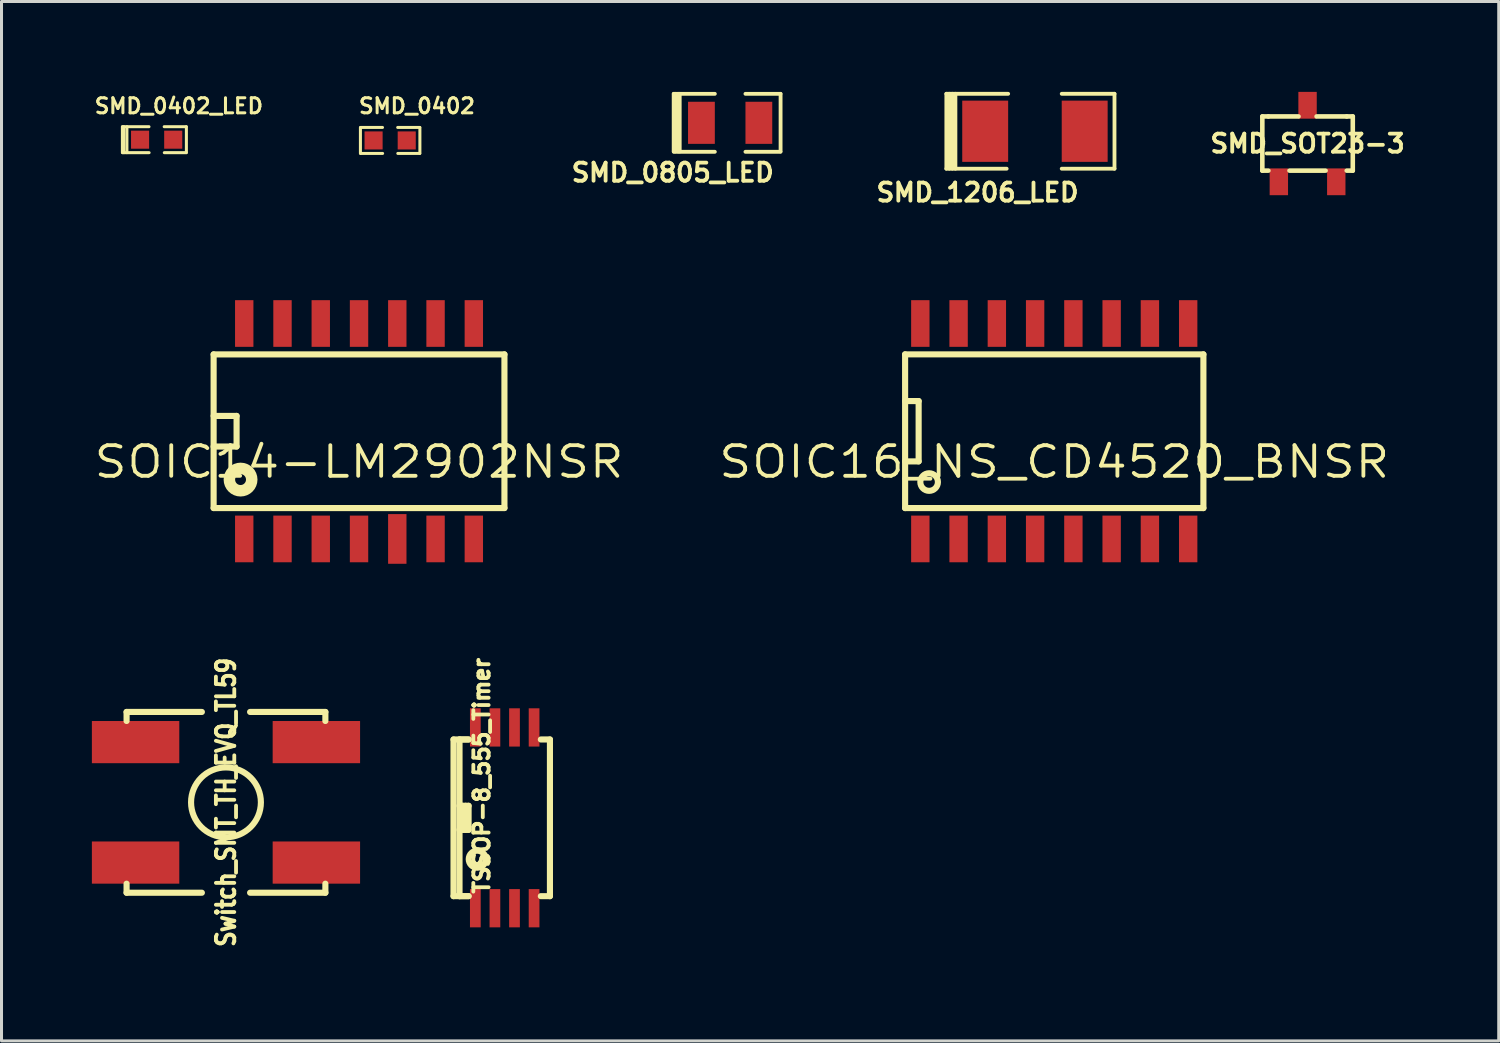
<source format=kicad_pcb>
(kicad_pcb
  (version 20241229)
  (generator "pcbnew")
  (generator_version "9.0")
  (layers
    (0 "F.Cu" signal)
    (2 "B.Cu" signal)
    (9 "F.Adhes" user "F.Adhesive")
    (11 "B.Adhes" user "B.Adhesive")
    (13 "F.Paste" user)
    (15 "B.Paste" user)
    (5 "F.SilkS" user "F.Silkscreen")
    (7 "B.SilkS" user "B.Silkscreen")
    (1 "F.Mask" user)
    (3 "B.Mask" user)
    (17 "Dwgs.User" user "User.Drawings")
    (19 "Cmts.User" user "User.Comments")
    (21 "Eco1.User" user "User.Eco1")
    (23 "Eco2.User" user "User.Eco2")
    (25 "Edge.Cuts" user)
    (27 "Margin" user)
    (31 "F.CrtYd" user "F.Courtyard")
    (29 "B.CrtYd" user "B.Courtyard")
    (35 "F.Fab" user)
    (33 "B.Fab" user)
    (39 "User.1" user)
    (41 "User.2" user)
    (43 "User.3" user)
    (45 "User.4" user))
  (footprint "TSSOP-8_555_Timer"
    (layer "F.Cu")
    (at 13.701 24.093)
    (property "Reference" "TSSOP-8_555_Timer" (at -0.762 -1.397 90) (layer "F.SilkS") (effects (font (size 0.508 0.508) (thickness 0.127))))
    (attr through_hole)
    (fp_line (start -1.699 -2.6) (end -1.699 2.6) (stroke (width 0.203) (type solid)) (layer "F.SilkS"))
    (fp_line (start -1.699 2.6) (end -1.199 2.6) (stroke (width 0.203) (type solid)) (layer "F.SilkS"))
    (fp_line (start -1.501 -2.6) (end -1.199 -2.6) (stroke (width 0.203) (type solid)) (layer "F.SilkS"))
    (fp_line (start -1.501 0.399) (end -1.199 0.399) (stroke (width 0.203) (type solid)) (layer "F.SilkS"))
    (fp_line (start -1.501 2.6) (end -1.199 2.6) (stroke (width 0.203) (type solid)) (layer "F.SilkS"))
    (fp_line (start -1.5 -2.6) (end -1.5 2.6) (stroke (width 0.203) (type solid)) (layer "F.SilkS"))
    (fp_line (start -1.4 -0.399) (end -1.4 0.399) (stroke (width 0.203) (type solid)) (layer "F.SilkS"))
    (fp_line (start -1.3 0.399) (end -1.3 -0.399) (stroke (width 0.203) (type solid)) (layer "F.SilkS"))
    (fp_line (start -1.199 -2.6) (end -1.699 -2.6) (stroke (width 0.203) (type solid)) (layer "F.SilkS"))
    (fp_line (start -1.199 -0.399) (end -1.501 -0.399) (stroke (width 0.203) (type solid)) (layer "F.SilkS"))
    (fp_line (start -1.199 0.399) (end -1.199 -0.399) (stroke (width 0.203) (type solid)) (layer "F.SilkS"))
    (fp_line (start 1.501 -2.6) (end 1.199 -2.6) (stroke (width 0.203) (type solid)) (layer "F.SilkS"))
    (fp_line (start 1.501 -2.6) (end 1.501 2.6) (stroke (width 0.203) (type solid)) (layer "F.SilkS"))
    (fp_line (start 1.501 2.6) (end 1.199 2.6) (stroke (width 0.203) (type solid)) (layer "F.SilkS"))
    (fp_circle (center -0.911 1.373) (end -0.711 1.573) (stroke (width 0.203) (type solid)) (fill no) (layer "F.SilkS"))
    (pad "1" smd rect (at -0.975 3) (size 0.356 1.27) (layers "F.Cu" "F.Mask" "F.Paste"))
    (pad "2" smd rect (at -0.325 3) (size 0.356 1.27) (layers "F.Cu" "F.Mask" "F.Paste"))
    (pad "3" smd rect (at 0.325 3) (size 0.356 1.27) (layers "F.Cu" "F.Mask" "F.Paste"))
    (pad "4" smd rect (at 0.975 3) (size 0.356 1.27) (layers "F.Cu" "F.Mask" "F.Paste"))
    (pad "5" smd rect (at 0.975 -3) (size 0.356 1.27) (layers "F.Cu" "F.Mask" "F.Paste"))
    (pad "6" smd rect (at 0.325 -3) (size 0.356 1.27) (layers "F.Cu" "F.Mask" "F.Paste"))
    (pad "7" smd rect (at -0.325 -3) (size 0.356 1.27) (layers "F.Cu" "F.Mask" "F.Paste"))
    (pad "8" smd rect (at -0.975 -3) (size 0.356 1.27) (layers "F.Cu" "F.Mask" "F.Paste")))
  (footprint "SMD_0402"
    (layer "F.Cu")
    (at 9.899 1.611)
    (property "Reference" "SMD_0402" (at 0.889 -1.143 0) (layer "F.SilkS") (effects (font (size 0.5 0.5) (thickness 0.1))))
    (attr smd)
    (fp_line (start -0.987 -0.43) (end -0.987 0.43) (stroke (width 0.1) (type solid)) (layer "F.SilkS"))
    (fp_line (start -0.98 0.431) (end -0.25 0.431) (stroke (width 0.1) (type solid)) (layer "F.SilkS"))
    (fp_line (start -0.254 -0.431) (end -0.98 -0.431) (stroke (width 0.1) (type solid)) (layer "F.SilkS"))
    (fp_line (start 0.25 -0.431) (end 0.98 -0.431) (stroke (width 0.1) (type solid)) (layer "F.SilkS"))
    (fp_line (start 0.98 0.431) (end 0.254 0.431) (stroke (width 0.1) (type solid)) (layer "F.SilkS"))
    (fp_line (start 0.987 -0.43) (end 0.987 0.43) (stroke (width 0.1) (type solid)) (layer "F.SilkS"))
    (pad "1" smd rect (at -0.55 0) (size 0.6 0.599) (layers "F.Cu" "F.Mask" "F.Paste"))
    (pad "2" smd rect (at 0.55 0) (size 0.6 0.599) (layers "F.Cu" "F.Mask" "F.Paste")))
  (footprint "SOIC16_NS_CD4520_BNSR"
    (layer "F.Cu")
    (at 31.94 11.262)
    (property "Reference" "SOIC16_NS_CD4520_BNSR" (at 0 1.016 0) (layer "F.SilkS") (effects (font (size 1.016 1.143) (thickness 0.127))))
    (attr smd)
    (fp_line (start -4.95 -2.551) (end -4.95 2.551) (stroke (width 0.203) (type solid)) (layer "F.SilkS"))
    (fp_line (start -4.95 -2.551) (end 4.95 -2.551) (stroke (width 0.203) (type solid)) (layer "F.SilkS"))
    (fp_line (start -4.95 -1.001) (end -4.501 -1.001) (stroke (width 0.203) (type solid)) (layer "F.SilkS"))
    (fp_line (start -4.501 -1.001) (end -4.501 1.001) (stroke (width 0.203) (type solid)) (layer "F.SilkS"))
    (fp_line (start -4.501 1.001) (end -4.95 1.001) (stroke (width 0.203) (type solid)) (layer "F.SilkS"))
    (fp_line (start 4.95 -2.551) (end 4.95 2.551) (stroke (width 0.203) (type solid)) (layer "F.SilkS"))
    (fp_line (start 4.95 2.551) (end -4.95 2.551) (stroke (width 0.203) (type solid)) (layer "F.SilkS"))
    (fp_circle (center -4.153 1.687) (end -4.404 1.836) (stroke (width 0.203) (type solid)) (fill no) (layer "F.SilkS"))
    (pad "1" smd rect (at -4.445 3.575) (size 0.61 1.549) (layers "F.Cu" "F.Mask" "F.Paste"))
    (pad "2" smd rect (at -3.175 3.575) (size 0.61 1.549) (layers "F.Cu" "F.Mask" "F.Paste"))
    (pad "3" smd rect (at -1.905 3.575) (size 0.61 1.549) (layers "F.Cu" "F.Mask" "F.Paste"))
    (pad "4" smd rect (at -0.635 3.575) (size 0.61 1.549) (layers "F.Cu" "F.Mask" "F.Paste"))
    (pad "5" smd rect (at 0.635 3.575) (size 0.61 1.549) (layers "F.Cu" "F.Mask" "F.Paste"))
    (pad "6" smd rect (at 1.905 3.575) (size 0.61 1.549) (layers "F.Cu" "F.Mask" "F.Paste"))
    (pad "7" smd rect (at 3.175 3.575) (size 0.61 1.549) (layers "F.Cu" "F.Mask" "F.Paste"))
    (pad "8" smd rect (at 4.445 3.575) (size 0.61 1.549) (layers "F.Cu" "F.Mask" "F.Paste"))
    (pad "9" smd rect (at 4.445 -3.575) (size 0.61 1.549) (layers "F.Cu" "F.Mask" "F.Paste"))
    (pad "10" smd rect (at 3.175 -3.575) (size 0.61 1.549) (layers "F.Cu" "F.Mask" "F.Paste"))
    (pad "11" smd rect (at 1.905 -3.575) (size 0.61 1.549) (layers "F.Cu" "F.Mask" "F.Paste"))
    (pad "12" smd rect (at 0.635 -3.575) (size 0.61 1.549) (layers "F.Cu" "F.Mask" "F.Paste"))
    (pad "13" smd rect (at -0.635 -3.575) (size 0.61 1.549) (layers "F.Cu" "F.Mask" "F.Paste"))
    (pad "14" smd rect (at -1.905 -3.575) (size 0.61 1.549) (layers "F.Cu" "F.Mask" "F.Paste"))
    (pad "15" smd rect (at -3.175 -3.575) (size 0.61 1.549) (layers "F.Cu" "F.Mask" "F.Paste"))
    (pad "16" smd rect (at -4.445 -3.575) (size 0.61 1.549) (layers "F.Cu" "F.Mask" "F.Paste")))
  (footprint "SOIC14-LM2902NSR"
    (layer "F.Cu")
    (at 8.866 11.262)
    (property "Reference" "SOIC14-LM2902NSR" (at 0 1.016 0) (layer "F.SilkS") (effects (font (size 1.016 1.143) (thickness 0.127))))
    (attr smd)
    (fp_line (start -4.826 -2.55) (end 4.826 -2.55) (stroke (width 0.203) (type solid)) (layer "F.SilkS"))
    (fp_line (start -4.826 -0.508) (end -4.064 -0.508) (stroke (width 0.203) (type solid)) (layer "F.SilkS"))
    (fp_line (start -4.826 2.55) (end -4.826 -2.55) (stroke (width 0.203) (type solid)) (layer "F.SilkS"))
    (fp_line (start -4.064 -0.508) (end -4.064 0.508) (stroke (width 0.203) (type solid)) (layer "F.SilkS"))
    (fp_line (start -4.064 0.508) (end -4.826 0.508) (stroke (width 0.203) (type solid)) (layer "F.SilkS"))
    (fp_line (start 4.826 -2.55) (end 4.826 2.55) (stroke (width 0.203) (type solid)) (layer "F.SilkS"))
    (fp_line (start 4.826 2.55) (end -4.826 2.55) (stroke (width 0.203) (type solid)) (layer "F.SilkS"))
    (fp_circle (center -3.932 1.605) (end -3.576 1.499) (stroke (width 0.381) (type solid)) (fill no) (layer "F.SilkS"))
    (pad "1" smd rect (at -3.81 3.575) (size 0.61 1.549) (layers "F.Cu" "F.Mask" "F.Paste"))
    (pad "2" smd rect (at -2.54 3.575) (size 0.61 1.549) (layers "F.Cu" "F.Mask" "F.Paste"))
    (pad "3" smd rect (at -1.27 3.575) (size 0.61 1.549) (layers "F.Cu" "F.Mask" "F.Paste"))
    (pad "4" smd rect (at 0 3.575) (size 0.61 1.549) (layers "F.Cu" "F.Mask" "F.Paste"))
    (pad "5" smd rect (at 1.27 3.575) (size 0.61 1.649) (layers "F.Cu" "F.Mask" "F.Paste"))
    (pad "6" smd rect (at 2.54 3.575) (size 0.61 1.549) (layers "F.Cu" "F.Mask" "F.Paste"))
    (pad "7" smd rect (at 3.81 3.575) (size 0.61 1.549) (layers "F.Cu" "F.Mask" "F.Paste"))
    (pad "8" smd rect (at 3.81 -3.575) (size 0.61 1.549) (layers "F.Cu" "F.Mask" "F.Paste"))
    (pad "9" smd rect (at 2.54 -3.575) (size 0.61 1.549) (layers "F.Cu" "F.Mask" "F.Paste"))
    (pad "10" smd rect (at 1.27 -3.575) (size 0.61 1.549) (layers "F.Cu" "F.Mask" "F.Paste"))
    (pad "11" smd rect (at 0 -3.575) (size 0.61 1.549) (layers "F.Cu" "F.Mask" "F.Paste"))
    (pad "12" smd rect (at -1.27 -3.575) (size 0.61 1.549) (layers "F.Cu" "F.Mask" "F.Paste"))
    (pad "13" smd rect (at -2.54 -3.575) (size 0.61 1.549) (layers "F.Cu" "F.Mask" "F.Paste"))
    (pad "14" smd rect (at -3.81 -3.575) (size 0.61 1.549) (layers "F.Cu" "F.Mask" "F.Paste")))
  (footprint "SMD_0402_LED"
    (layer "F.Cu")
    (at 2.149 1.586)
    (property "Reference" "SMD_0402_LED" (at 0.737 -1.118 0) (layer "F.SilkS") (effects (font (size 0.5 0.5) (thickness 0.1))))
    (attr smd)
    (fp_line (start -1.137 -0.43) (end -1.137 0.43) (stroke (width 0.1) (type solid)) (layer "F.SilkS"))
    (fp_line (start -1.13 0.431) (end -0.25 0.431) (stroke (width 0.1) (type solid)) (layer "F.SilkS"))
    (fp_line (start -1.087 -0.43) (end -1.087 0.43) (stroke (width 0.1) (type solid)) (layer "F.SilkS"))
    (fp_line (start -0.987 -0.43) (end -0.987 0.43) (stroke (width 0.1) (type solid)) (layer "F.SilkS"))
    (fp_line (start -0.254 -0.431) (end -1.13 -0.431) (stroke (width 0.1) (type solid)) (layer "F.SilkS"))
    (fp_line (start 0.25 -0.431) (end 0.98 -0.431) (stroke (width 0.1) (type solid)) (layer "F.SilkS"))
    (fp_line (start 0.98 0.431) (end 0.254 0.431) (stroke (width 0.1) (type solid)) (layer "F.SilkS"))
    (fp_line (start 0.987 -0.43) (end 0.987 0.43) (stroke (width 0.1) (type solid)) (layer "F.SilkS"))
    (pad "1" smd rect (at -0.55 0) (size 0.6 0.599) (layers "F.Cu" "F.Mask" "F.Paste"))
    (pad "2" smd rect (at 0.55 0) (size 0.6 0.599) (layers "F.Cu" "F.Mask" "F.Paste")))
  (footprint "Switch_SMT_TH_EVQ_TL59"
    (layer "F.Cu")
    (at 4.45 23.579)
    (property "Reference" "Switch_SMT_TH_EVQ_TL59" (at 0 0 90) (layer "F.SilkS") (effects (font (size 0.61 0.508) (thickness 0.127))))
    (attr smd)
    (fp_line (start -3.299 -3) (end -3.299 -2.7) (stroke (width 0.203) (type solid)) (layer "F.SilkS"))
    (fp_line (start -3.299 -3) (end -0.8 -3) (stroke (width 0.203) (type solid)) (layer "F.SilkS"))
    (fp_line (start -3.299 3) (end -3.299 2.7) (stroke (width 0.203) (type solid)) (layer "F.SilkS"))
    (fp_line (start -3.299 3) (end -0.8 3) (stroke (width 0.203) (type solid)) (layer "F.SilkS"))
    (fp_line (start 3.299 -3) (end 0.8 -3) (stroke (width 0.203) (type solid)) (layer "F.SilkS"))
    (fp_line (start 3.299 -3) (end 3.299 -2.7) (stroke (width 0.203) (type solid)) (layer "F.SilkS"))
    (fp_line (start 3.299 3) (end 0.8 3) (stroke (width 0.203) (type solid)) (layer "F.SilkS"))
    (fp_line (start 3.299 3) (end 3.299 2.7) (stroke (width 0.203) (type solid)) (layer "F.SilkS"))
    (fp_circle (center 0 0) (end 1.143 0.191) (stroke (width 0.203) (type solid)) (fill no) (layer "F.SilkS"))
    (pad "1" smd rect (at -3 -1.999) (size 2.901 1.4) (layers "F.Cu" "F.Mask" "F.Paste"))
    (pad "1" smd rect (at 3 -1.999) (size 2.901 1.4) (layers "F.Cu" "F.Mask" "F.Paste"))
    (pad "2" smd rect (at -3 1.999) (size 2.901 1.4) (layers "F.Cu" "F.Mask" "F.Paste"))
    (pad "2" smd rect (at 3 1.999) (size 2.901 1.4) (layers "F.Cu" "F.Mask" "F.Paste")))
  (footprint "SMD_SOT23-3"
    (layer "F.Cu")
    (at 40.347 1.714)
    (property "Reference" "SMD_SOT23-3" (at 0 0 0) (layer "F.SilkS") (effects (font (size 0.6 0.6) (thickness 0.127))))
    (attr smd)
    (fp_line (start -1.501 -0.899) (end -1.501 0.899) (stroke (width 0.152) (type solid)) (layer "F.SilkS"))
    (fp_line (start -1.501 -0.899) (end -1.3 -0.899) (stroke (width 0.152) (type solid)) (layer "F.SilkS"))
    (fp_line (start -1.501 0.899) (end -1.3 0.899) (stroke (width 0.152) (type solid)) (layer "F.SilkS"))
    (fp_line (start -1.3 -0.899) (end -0.3 -0.899) (stroke (width 0.152) (type solid)) (layer "F.SilkS"))
    (fp_line (start -0.599 0.899) (end 0.599 0.899) (stroke (width 0.152) (type solid)) (layer "F.SilkS"))
    (fp_line (start 1.3 -0.899) (end 0.3 -0.899) (stroke (width 0.152) (type solid)) (layer "F.SilkS"))
    (fp_line (start 1.501 -0.899) (end 1.3 -0.899) (stroke (width 0.152) (type solid)) (layer "F.SilkS"))
    (fp_line (start 1.501 0.899) (end 1.3 0.899) (stroke (width 0.152) (type solid)) (layer "F.SilkS"))
    (fp_line (start 1.501 0.899) (end 1.501 -0.899) (stroke (width 0.152) (type solid)) (layer "F.SilkS"))
    (pad "1" smd rect (at -0.953 1.27) (size 0.61 0.889) (layers "F.Cu" "F.Mask" "F.Paste"))
    (pad "2" smd rect (at 0.953 1.27) (size 0.61 0.889) (layers "F.Cu" "F.Mask" "F.Paste"))
    (pad "3" smd rect (at 0 -1.27) (size 0.61 0.889) (layers "F.Cu" "F.Mask" "F.Paste")))
  (footprint "SMD_1206_LED"
    (layer "F.Cu")
    (at 31.299 1.306)
    (property "Reference" "SMD_1206_LED" (at -1.905 2.032 0) (layer "F.SilkS") (effects (font (size 0.6 0.6) (thickness 0.127))))
    (attr smd)
    (fp_line (start -2.94 -1.243) (end -2.94 1.243) (stroke (width 0.127) (type solid)) (layer "F.SilkS"))
    (fp_line (start -2.94 1.243) (end -0.939 1.243) (stroke (width 0.127) (type solid)) (layer "F.SilkS"))
    (fp_line (start -2.84 -1.243) (end -2.84 1.243) (stroke (width 0.127) (type solid)) (layer "F.SilkS"))
    (fp_line (start -2.74 -1.243) (end -2.74 1.243) (stroke (width 0.127) (type solid)) (layer "F.SilkS"))
    (fp_line (start -2.64 -1.243) (end -2.64 1.243) (stroke (width 0.127) (type solid)) (layer "F.SilkS"))
    (fp_line (start -0.889 -1.243) (end -2.94 -1.243) (stroke (width 0.127) (type solid)) (layer "F.SilkS"))
    (fp_line (start 0.889 -1.243) (end 2.64 -1.243) (stroke (width 0.127) (type solid)) (layer "F.SilkS"))
    (fp_line (start 2.64 -1.243) (end 2.64 1.243) (stroke (width 0.127) (type solid)) (layer "F.SilkS"))
    (fp_line (start 2.64 1.243) (end 0.889 1.243) (stroke (width 0.127) (type solid)) (layer "F.SilkS"))
    (pad "1" smd rect (at -1.651 0) (size 1.524 2.032) (layers "F.Cu" "F.Mask" "F.Paste"))
    (pad "2" smd rect (at 1.651 0) (size 1.524 2.032) (layers "F.Cu" "F.Mask" "F.Paste")))
  (footprint "SMD_0805_LED"
    (layer "F.Cu")
    (at 21.183 1.026)
    (property "Reference" "SMD_0805_LED" (at -1.905 1.651 0) (layer "F.SilkS") (effects (font (size 0.6 0.6) (thickness 0.127))))
    (attr smd)
    (fp_line (start -1.874 0.95) (end -1.874 -0.962) (stroke (width 0.127) (type solid)) (layer "F.SilkS"))
    (fp_line (start -1.87 -0.962) (end -0.508 -0.962) (stroke (width 0.127) (type solid)) (layer "F.SilkS"))
    (fp_line (start -1.824 0.95) (end -1.824 -0.962) (stroke (width 0.127) (type solid)) (layer "F.SilkS"))
    (fp_line (start -1.724 0.95) (end -1.724 -0.962) (stroke (width 0.127) (type solid)) (layer "F.SilkS"))
    (fp_line (start -1.674 0.95) (end -1.674 -0.962) (stroke (width 0.127) (type solid)) (layer "F.SilkS"))
    (fp_line (start -0.508 0.962) (end -1.87 0.962) (stroke (width 0.127) (type solid)) (layer "F.SilkS"))
    (fp_line (start 0.508 -0.962) (end 1.67 -0.962) (stroke (width 0.127) (type solid)) (layer "F.SilkS"))
    (fp_line (start 1.67 0.962) (end 0.508 0.962) (stroke (width 0.127) (type solid)) (layer "F.SilkS"))
    (fp_line (start 1.674 -0.962) (end 1.674 0.95) (stroke (width 0.127) (type solid)) (layer "F.SilkS"))
    (pad "1" smd rect (at -0.953 0) (size 0.889 1.397) (layers "F.Cu" "F.Mask" "F.Paste"))
    (pad "2" smd rect (at 0.953 0) (size 0.889 1.397) (layers "F.Cu" "F.Mask" "F.Paste")))
  (gr_rect
    (start -3 -3)
    (end 46.692 31.496)
    (stroke (width 0.1) (type default))
    (fill no)
    (layer "Edge.Cuts")))
</source>
